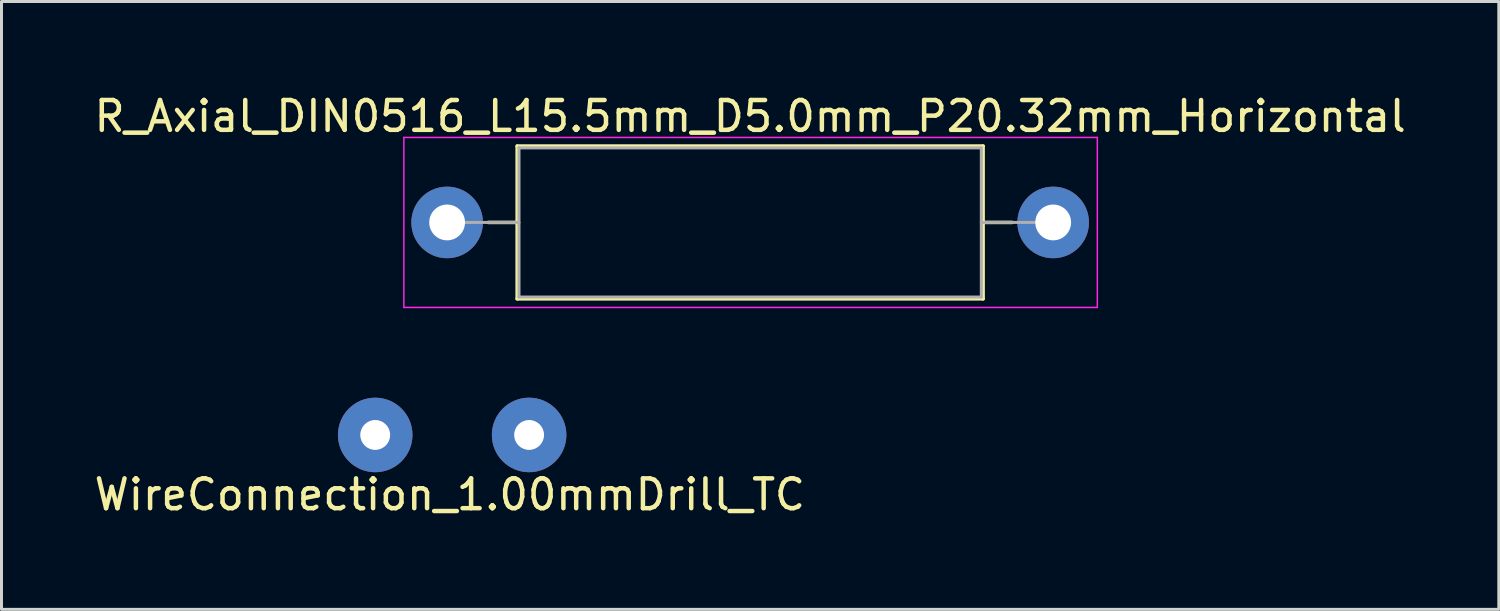
<source format=kicad_pcb>
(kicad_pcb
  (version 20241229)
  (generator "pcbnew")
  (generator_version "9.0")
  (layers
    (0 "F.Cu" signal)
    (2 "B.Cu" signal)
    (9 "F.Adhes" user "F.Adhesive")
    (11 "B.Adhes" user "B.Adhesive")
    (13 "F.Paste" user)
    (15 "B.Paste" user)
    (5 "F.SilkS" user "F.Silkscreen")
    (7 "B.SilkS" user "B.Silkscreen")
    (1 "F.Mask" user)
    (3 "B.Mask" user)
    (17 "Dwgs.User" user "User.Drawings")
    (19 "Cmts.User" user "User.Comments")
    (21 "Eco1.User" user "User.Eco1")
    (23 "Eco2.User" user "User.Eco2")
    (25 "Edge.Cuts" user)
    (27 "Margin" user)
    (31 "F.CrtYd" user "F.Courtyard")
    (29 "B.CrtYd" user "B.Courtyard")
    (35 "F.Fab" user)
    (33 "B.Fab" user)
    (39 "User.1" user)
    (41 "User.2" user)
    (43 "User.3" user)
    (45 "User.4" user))
  (footprint "R_Axial_DIN0516_L15.5mm_D5.0mm_P20.32mm_Horizontal"
    (layer "F.Cu")
    (at 11.941 4.408)
    (property "Reference" "R_Axial_DIN0516_L15.5mm_D5.0mm_P20.32mm_Horizontal" (at 10.16 -3.56 0) (layer "F.SilkS") (effects (font (size 1 1) (thickness 0.15))))
    (attr through_hole)
    (fp_line (start 1.38 0) (end 2.35 0) (stroke (width 0.12) (type solid)) (layer "F.SilkS"))
    (fp_line (start 2.35 -2.56) (end 2.35 2.56) (stroke (width 0.12) (type solid)) (layer "F.SilkS"))
    (fp_line (start 2.35 2.56) (end 17.97 2.56) (stroke (width 0.12) (type solid)) (layer "F.SilkS"))
    (fp_line (start 17.97 -2.56) (end 2.35 -2.56) (stroke (width 0.12) (type solid)) (layer "F.SilkS"))
    (fp_line (start 17.97 2.56) (end 17.97 -2.56) (stroke (width 0.12) (type solid)) (layer "F.SilkS"))
    (fp_line (start 18.94 0) (end 17.97 0) (stroke (width 0.12) (type solid)) (layer "F.SilkS"))
    (fp_line (start -1.45 -2.85) (end -1.45 2.85) (stroke (width 0.05) (type solid)) (layer "F.CrtYd"))
    (fp_line (start -1.45 2.85) (end 21.8 2.85) (stroke (width 0.05) (type solid)) (layer "F.CrtYd"))
    (fp_line (start 21.8 -2.85) (end -1.45 -2.85) (stroke (width 0.05) (type solid)) (layer "F.CrtYd"))
    (fp_line (start 21.8 2.85) (end 21.8 -2.85) (stroke (width 0.05) (type solid)) (layer "F.CrtYd"))
    (fp_line (start 0 0) (end 2.41 0) (stroke (width 0.1) (type solid)) (layer "F.Fab"))
    (fp_line (start 2.41 -2.5) (end 2.41 2.5) (stroke (width 0.1) (type solid)) (layer "F.Fab"))
    (fp_line (start 2.41 2.5) (end 17.91 2.5) (stroke (width 0.1) (type solid)) (layer "F.Fab"))
    (fp_line (start 17.91 -2.5) (end 2.41 -2.5) (stroke (width 0.1) (type solid)) (layer "F.Fab"))
    (fp_line (start 17.91 2.5) (end 17.91 -2.5) (stroke (width 0.1) (type solid)) (layer "F.Fab"))
    (fp_line (start 20.32 0) (end 17.91 0) (stroke (width 0.1) (type solid)) (layer "F.Fab"))
    (pad "1" thru_hole circle (at 0 0) (size 2.4 2.4) (drill 1.2) (layers "*.Cu" "*.Mask"))
    (pad "2" thru_hole oval (at 20.32 0) (size 2.4 2.4) (drill 1.2) (layers "*.Cu" "*.Mask")))
  (footprint "WireConnection_1.00mmDrill_TC"
    (layer "F.Cu")
    (at 4.53 11.533)
    (property "Reference" "WireConnection_1.00mmDrill_TC" (at 7.5 2 0) (layer "F.SilkS") (effects (font (size 1 1) (thickness 0.15))))
    (attr through_hole)
    (pad "1" thru_hole circle (at 5 0) (size 2.499 2.499) (drill 1.001) (layers "*.Cu" "*.Mask"))
    (pad "2" thru_hole circle (at 10.16 0) (size 2.499 2.499) (drill 1.001) (layers "*.Cu" "*.Mask")))
  (gr_rect
    (start -3 -3)
    (end 47.202 17.381)
    (stroke (width 0.1) (type default))
    (fill no)
    (layer "Edge.Cuts")))
</source>
